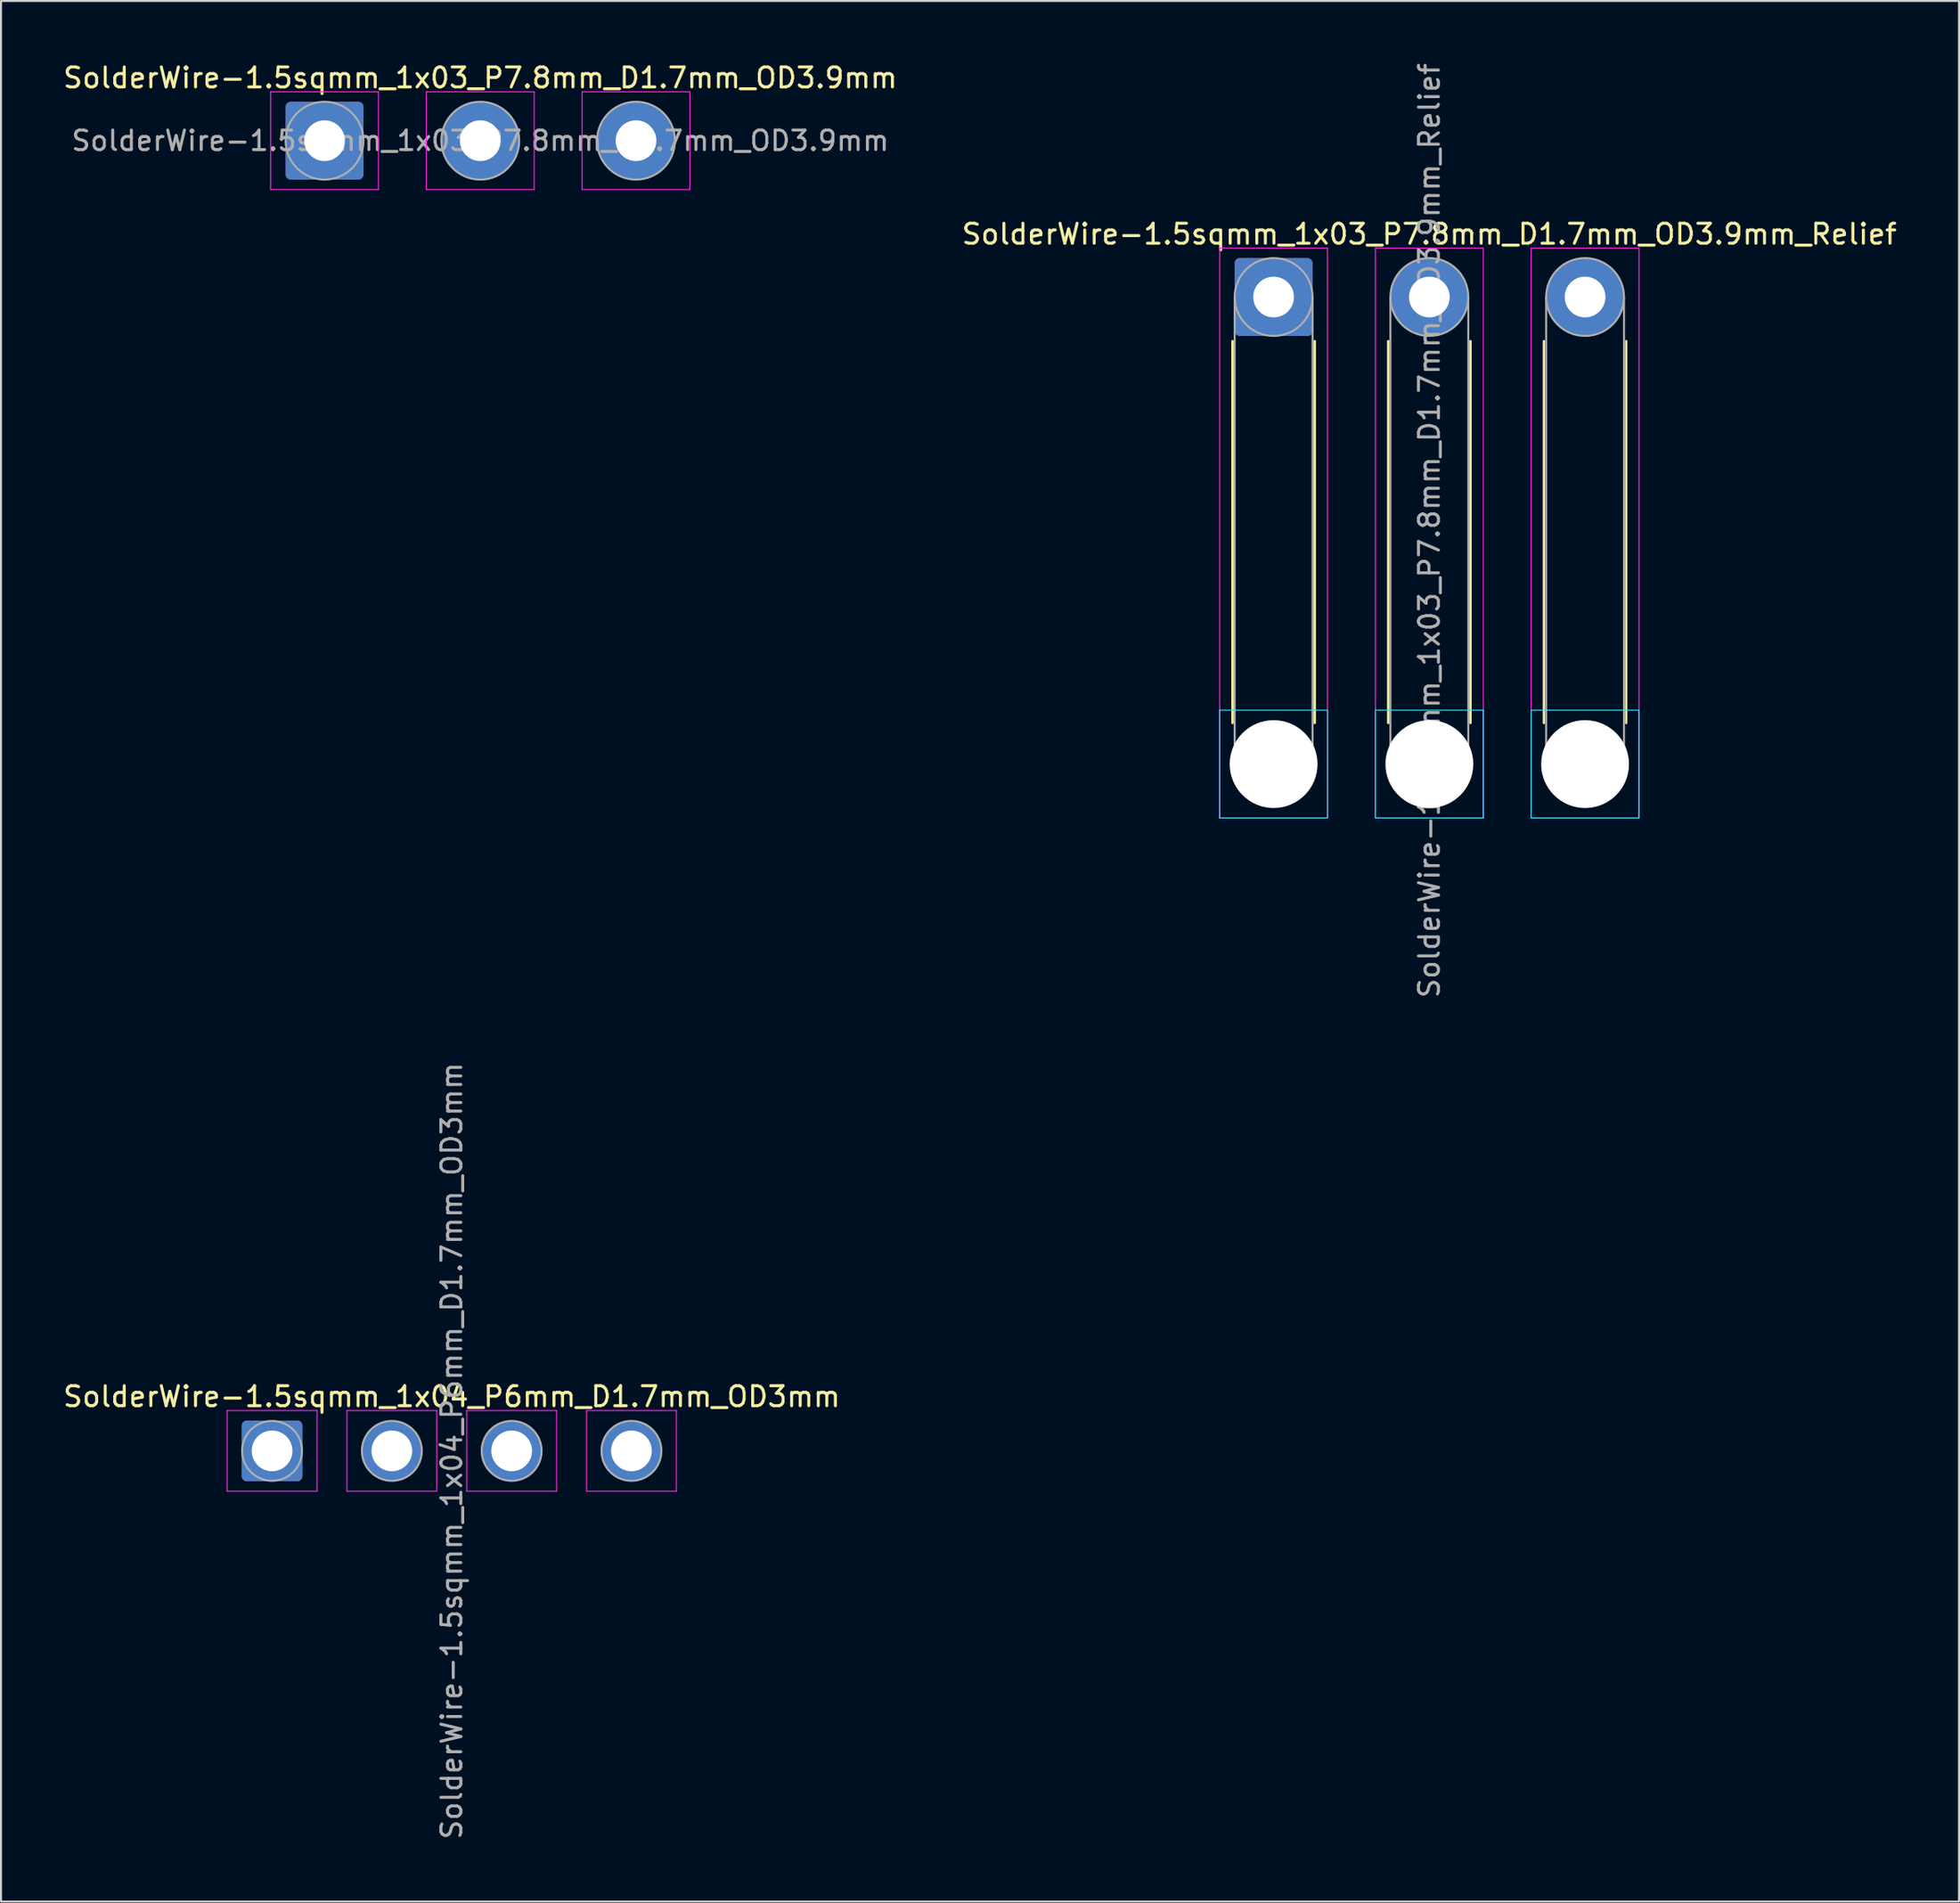
<source format=kicad_pcb>
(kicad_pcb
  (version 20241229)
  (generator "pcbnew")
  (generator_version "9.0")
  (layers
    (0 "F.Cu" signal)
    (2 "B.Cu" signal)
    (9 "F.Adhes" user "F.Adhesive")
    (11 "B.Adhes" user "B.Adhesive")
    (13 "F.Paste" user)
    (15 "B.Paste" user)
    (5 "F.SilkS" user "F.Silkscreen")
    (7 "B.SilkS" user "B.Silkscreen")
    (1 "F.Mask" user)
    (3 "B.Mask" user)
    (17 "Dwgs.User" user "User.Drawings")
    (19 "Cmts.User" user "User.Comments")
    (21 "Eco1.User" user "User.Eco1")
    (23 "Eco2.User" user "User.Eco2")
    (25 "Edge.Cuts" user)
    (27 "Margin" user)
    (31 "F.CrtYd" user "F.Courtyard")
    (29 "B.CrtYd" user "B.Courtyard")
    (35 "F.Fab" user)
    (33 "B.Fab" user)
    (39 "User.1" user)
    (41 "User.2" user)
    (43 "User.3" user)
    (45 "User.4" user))
  (footprint "SolderWire-1.5sqmm_1x04_P6mm_D1.7mm_OD3mm"
    (layer "F.Cu")
    (at 10.577 69.637)
    (property "Reference" "SolderWire-1.5sqmm_1x04_P6mm_D1.7mm_OD3mm" (at 9 -2.72 0) (layer "F.SilkS") (effects (font (size 1 1) (thickness 0.15))))
    (attr exclude_from_pos_files exclude_from_bom)
    (fp_line (start -2.25 -2.02) (end -2.25 2.02) (stroke (width 0.05) (type solid)) (layer "F.CrtYd"))
    (fp_line (start -2.25 2.02) (end 2.25 2.02) (stroke (width 0.05) (type solid)) (layer "F.CrtYd"))
    (fp_line (start 2.25 -2.02) (end -2.25 -2.02) (stroke (width 0.05) (type solid)) (layer "F.CrtYd"))
    (fp_line (start 2.25 2.02) (end 2.25 -2.02) (stroke (width 0.05) (type solid)) (layer "F.CrtYd"))
    (fp_line (start 3.75 -2.02) (end 3.75 2.02) (stroke (width 0.05) (type solid)) (layer "F.CrtYd"))
    (fp_line (start 3.75 2.02) (end 8.25 2.02) (stroke (width 0.05) (type solid)) (layer "F.CrtYd"))
    (fp_line (start 8.25 -2.02) (end 3.75 -2.02) (stroke (width 0.05) (type solid)) (layer "F.CrtYd"))
    (fp_line (start 8.25 2.02) (end 8.25 -2.02) (stroke (width 0.05) (type solid)) (layer "F.CrtYd"))
    (fp_line (start 9.75 -2.02) (end 9.75 2.02) (stroke (width 0.05) (type solid)) (layer "F.CrtYd"))
    (fp_line (start 9.75 2.02) (end 14.25 2.02) (stroke (width 0.05) (type solid)) (layer "F.CrtYd"))
    (fp_line (start 14.25 -2.02) (end 9.75 -2.02) (stroke (width 0.05) (type solid)) (layer "F.CrtYd"))
    (fp_line (start 14.25 2.02) (end 14.25 -2.02) (stroke (width 0.05) (type solid)) (layer "F.CrtYd"))
    (fp_line (start 15.75 -2.02) (end 15.75 2.02) (stroke (width 0.05) (type solid)) (layer "F.CrtYd"))
    (fp_line (start 15.75 2.02) (end 20.25 2.02) (stroke (width 0.05) (type solid)) (layer "F.CrtYd"))
    (fp_line (start 20.25 -2.02) (end 15.75 -2.02) (stroke (width 0.05) (type solid)) (layer "F.CrtYd"))
    (fp_line (start 20.25 2.02) (end 20.25 -2.02) (stroke (width 0.05) (type solid)) (layer "F.CrtYd"))
    (fp_circle (center 0 0) (end 1.5 0) (stroke (width 0.1) (type solid)) (fill no) (layer "F.Fab"))
    (fp_circle (center 6 0) (end 7.5 0) (stroke (width 0.1) (type solid)) (fill no) (layer "F.Fab"))
    (fp_circle (center 12 0) (end 13.5 0) (stroke (width 0.1) (type solid)) (fill no) (layer "F.Fab"))
    (fp_circle (center 18 0) (end 19.5 0) (stroke (width 0.1) (type solid)) (fill no) (layer "F.Fab"))
    (fp_text user "${REFERENCE}" (at 9 0 90) (layer "F.Fab") (effects (font (size 1 1) (thickness 0.15))))
    (pad "1" thru_hole roundrect (at 0 0) (size 3.04 3.04) (drill 2.04) (layers "*.Cu" "*.Mask") (roundrect_rratio 0.082))
    (pad "2" thru_hole circle (at 6 0) (size 3.04 3.04) (drill 2.04) (layers "*.Cu" "*.Mask"))
    (pad "3" thru_hole circle (at 12 0) (size 3.04 3.04) (drill 2.04) (layers "*.Cu" "*.Mask"))
    (pad "4" thru_hole circle (at 18 0) (size 3.04 3.04) (drill 2.04) (layers "*.Cu" "*.Mask")))
  (footprint "SolderWire-1.5sqmm_1x03_P7.8mm_D1.7mm_OD3.9mm_Relief"
    (layer "F.Cu")
    (at 60.742 11.83)
    (property "Reference" "SolderWire-1.5sqmm_1x03_P7.8mm_D1.7mm_OD3.9mm_Relief" (at 7.8 -3.15 0) (layer "F.SilkS") (effects (font (size 1 1) (thickness 0.15))))
    (attr exclude_from_pos_files exclude_from_bom)
    (fp_line (start -2.06 2.21) (end -2.06 21.34) (stroke (width 0.12) (type solid)) (layer "F.SilkS"))
    (fp_line (start 2.06 2.21) (end 2.06 21.34) (stroke (width 0.12) (type solid)) (layer "F.SilkS"))
    (fp_line (start 5.74 2.21) (end 5.74 21.34) (stroke (width 0.12) (type solid)) (layer "F.SilkS"))
    (fp_line (start 9.86 2.21) (end 9.86 21.34) (stroke (width 0.12) (type solid)) (layer "F.SilkS"))
    (fp_line (start 13.54 2.21) (end 13.54 21.34) (stroke (width 0.12) (type solid)) (layer "F.SilkS"))
    (fp_line (start 17.66 2.21) (end 17.66 21.34) (stroke (width 0.12) (type solid)) (layer "F.SilkS"))
    (fp_line (start -2.7 20.7) (end -2.7 26.1) (stroke (width 0.05) (type solid)) (layer "B.CrtYd"))
    (fp_line (start -2.7 26.1) (end 2.7 26.1) (stroke (width 0.05) (type solid)) (layer "B.CrtYd"))
    (fp_line (start 2.7 20.7) (end -2.7 20.7) (stroke (width 0.05) (type solid)) (layer "B.CrtYd"))
    (fp_line (start 2.7 26.1) (end 2.7 20.7) (stroke (width 0.05) (type solid)) (layer "B.CrtYd"))
    (fp_line (start 5.1 20.7) (end 5.1 26.1) (stroke (width 0.05) (type solid)) (layer "B.CrtYd"))
    (fp_line (start 5.1 26.1) (end 10.5 26.1) (stroke (width 0.05) (type solid)) (layer "B.CrtYd"))
    (fp_line (start 10.5 20.7) (end 5.1 20.7) (stroke (width 0.05) (type solid)) (layer "B.CrtYd"))
    (fp_line (start 10.5 26.1) (end 10.5 20.7) (stroke (width 0.05) (type solid)) (layer "B.CrtYd"))
    (fp_line (start 12.9 20.7) (end 12.9 26.1) (stroke (width 0.05) (type solid)) (layer "B.CrtYd"))
    (fp_line (start 12.9 26.1) (end 18.3 26.1) (stroke (width 0.05) (type solid)) (layer "B.CrtYd"))
    (fp_line (start 18.3 20.7) (end 12.9 20.7) (stroke (width 0.05) (type solid)) (layer "B.CrtYd"))
    (fp_line (start 18.3 26.1) (end 18.3 20.7) (stroke (width 0.05) (type solid)) (layer "B.CrtYd"))
    (fp_line (start -2.7 -2.45) (end -2.7 26.1) (stroke (width 0.05) (type solid)) (layer "F.CrtYd"))
    (fp_line (start -2.7 26.1) (end 2.7 26.1) (stroke (width 0.05) (type solid)) (layer "F.CrtYd"))
    (fp_line (start 2.7 -2.45) (end -2.7 -2.45) (stroke (width 0.05) (type solid)) (layer "F.CrtYd"))
    (fp_line (start 2.7 26.1) (end 2.7 -2.45) (stroke (width 0.05) (type solid)) (layer "F.CrtYd"))
    (fp_line (start 5.1 -2.45) (end 5.1 26.1) (stroke (width 0.05) (type solid)) (layer "F.CrtYd"))
    (fp_line (start 5.1 26.1) (end 10.5 26.1) (stroke (width 0.05) (type solid)) (layer "F.CrtYd"))
    (fp_line (start 10.5 -2.45) (end 5.1 -2.45) (stroke (width 0.05) (type solid)) (layer "F.CrtYd"))
    (fp_line (start 10.5 26.1) (end 10.5 -2.45) (stroke (width 0.05) (type solid)) (layer "F.CrtYd"))
    (fp_line (start 12.9 -2.45) (end 12.9 26.1) (stroke (width 0.05) (type solid)) (layer "F.CrtYd"))
    (fp_line (start 12.9 26.1) (end 18.3 26.1) (stroke (width 0.05) (type solid)) (layer "F.CrtYd"))
    (fp_line (start 18.3 -2.45) (end 12.9 -2.45) (stroke (width 0.05) (type solid)) (layer "F.CrtYd"))
    (fp_line (start 18.3 26.1) (end 18.3 -2.45) (stroke (width 0.05) (type solid)) (layer "F.CrtYd"))
    (fp_line (start -1.95 0) (end -1.95 23.4) (stroke (width 0.1) (type solid)) (layer "F.Fab"))
    (fp_line (start 1.95 0) (end 1.95 23.4) (stroke (width 0.1) (type solid)) (layer "F.Fab"))
    (fp_line (start 5.85 0) (end 5.85 23.4) (stroke (width 0.1) (type solid)) (layer "F.Fab"))
    (fp_line (start 9.75 0) (end 9.75 23.4) (stroke (width 0.1) (type solid)) (layer "F.Fab"))
    (fp_line (start 13.65 0) (end 13.65 23.4) (stroke (width 0.1) (type solid)) (layer "F.Fab"))
    (fp_line (start 17.55 0) (end 17.55 23.4) (stroke (width 0.1) (type solid)) (layer "F.Fab"))
    (fp_circle (center 0 0) (end 1.95 0) (stroke (width 0.1) (type solid)) (fill no) (layer "F.Fab"))
    (fp_circle (center 0 23.4) (end 1.95 23.4) (stroke (width 0.1) (type solid)) (fill no) (layer "F.Fab"))
    (fp_circle (center 7.8 0) (end 9.75 0) (stroke (width 0.1) (type solid)) (fill no) (layer "F.Fab"))
    (fp_circle (center 7.8 23.4) (end 9.75 23.4) (stroke (width 0.1) (type solid)) (fill no) (layer "F.Fab"))
    (fp_circle (center 15.6 0) (end 17.55 0) (stroke (width 0.1) (type solid)) (fill no) (layer "F.Fab"))
    (fp_circle (center 15.6 23.4) (end 17.55 23.4) (stroke (width 0.1) (type solid)) (fill no) (layer "F.Fab"))
    (fp_text user "${REFERENCE}" (at 7.8 11.7 90) (layer "F.Fab") (effects (font (size 1 1) (thickness 0.15))))
    (pad "" np_thru_hole circle (at 0 23.4) (size 4.4 4.4) (drill 4.4) (layers "*.Cu" "*.Mask"))
    (pad "" np_thru_hole circle (at 7.8 23.4) (size 4.4 4.4) (drill 4.4) (layers "*.Cu" "*.Mask"))
    (pad "" np_thru_hole circle (at 15.6 23.4) (size 4.4 4.4) (drill 4.4) (layers "*.Cu" "*.Mask"))
    (pad "1" thru_hole roundrect (at 0 0) (size 3.9 3.9) (drill 2.04) (layers "*.Cu" "*.Mask") (roundrect_rratio 0.064))
    (pad "2" thru_hole circle (at 7.8 0) (size 3.9 3.9) (drill 2.04) (layers "*.Cu" "*.Mask"))
    (pad "3" thru_hole circle (at 15.6 0) (size 3.9 3.9) (drill 2.04) (layers "*.Cu" "*.Mask")))
  (footprint "SolderWire-1.5sqmm_1x03_P7.8mm_D1.7mm_OD3.9mm"
    (layer "F.Cu")
    (at 13.206 3.998)
    (property "Reference" "SolderWire-1.5sqmm_1x03_P7.8mm_D1.7mm_OD3.9mm" (at 7.8 -3.15 0) (layer "F.SilkS") (effects (font (size 1 1) (thickness 0.15))))
    (attr exclude_from_pos_files exclude_from_bom)
    (fp_line (start -2.7 -2.45) (end -2.7 2.45) (stroke (width 0.05) (type solid)) (layer "F.CrtYd"))
    (fp_line (start -2.7 2.45) (end 2.7 2.45) (stroke (width 0.05) (type solid)) (layer "F.CrtYd"))
    (fp_line (start 2.7 -2.45) (end -2.7 -2.45) (stroke (width 0.05) (type solid)) (layer "F.CrtYd"))
    (fp_line (start 2.7 2.45) (end 2.7 -2.45) (stroke (width 0.05) (type solid)) (layer "F.CrtYd"))
    (fp_line (start 5.1 -2.45) (end 5.1 2.45) (stroke (width 0.05) (type solid)) (layer "F.CrtYd"))
    (fp_line (start 5.1 2.45) (end 10.5 2.45) (stroke (width 0.05) (type solid)) (layer "F.CrtYd"))
    (fp_line (start 10.5 -2.45) (end 5.1 -2.45) (stroke (width 0.05) (type solid)) (layer "F.CrtYd"))
    (fp_line (start 10.5 2.45) (end 10.5 -2.45) (stroke (width 0.05) (type solid)) (layer "F.CrtYd"))
    (fp_line (start 12.9 -2.45) (end 12.9 2.45) (stroke (width 0.05) (type solid)) (layer "F.CrtYd"))
    (fp_line (start 12.9 2.45) (end 18.3 2.45) (stroke (width 0.05) (type solid)) (layer "F.CrtYd"))
    (fp_line (start 18.3 -2.45) (end 12.9 -2.45) (stroke (width 0.05) (type solid)) (layer "F.CrtYd"))
    (fp_line (start 18.3 2.45) (end 18.3 -2.45) (stroke (width 0.05) (type solid)) (layer "F.CrtYd"))
    (fp_circle (center 0 0) (end 1.95 0) (stroke (width 0.1) (type solid)) (fill no) (layer "F.Fab"))
    (fp_circle (center 7.8 0) (end 9.75 0) (stroke (width 0.1) (type solid)) (fill no) (layer "F.Fab"))
    (fp_circle (center 15.6 0) (end 17.55 0) (stroke (width 0.1) (type solid)) (fill no) (layer "F.Fab"))
    (fp_text user "${REFERENCE}" (at 7.8 0 0) (layer "F.Fab") (effects (font (size 0.98 0.98) (thickness 0.15))))
    (pad "1" thru_hole roundrect (at 0 0) (size 3.9 3.9) (drill 2.04) (layers "*.Cu" "*.Mask") (roundrect_rratio 0.064))
    (pad "2" thru_hole circle (at 7.8 0) (size 3.9 3.9) (drill 2.04) (layers "*.Cu" "*.Mask"))
    (pad "3" thru_hole circle (at 15.6 0) (size 3.9 3.9) (drill 2.04) (layers "*.Cu" "*.Mask")))
  (gr_rect
    (start -3 -3)
    (end 95.071 92.214)
    (stroke (width 0.1) (type default))
    (fill no)
    (layer "Edge.Cuts")))
</source>
